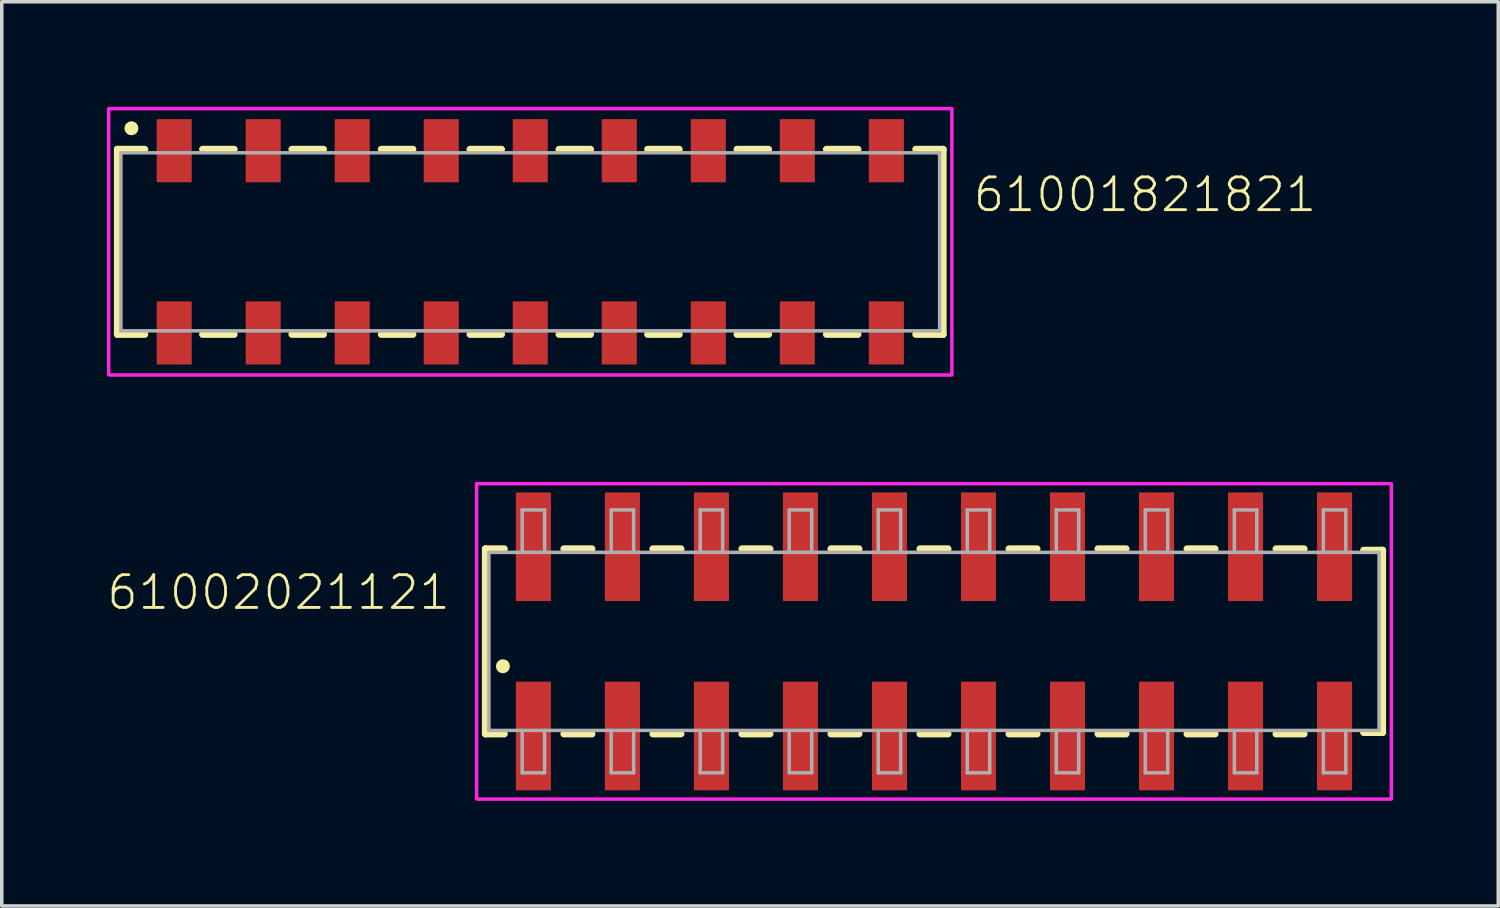
<source format=kicad_pcb>
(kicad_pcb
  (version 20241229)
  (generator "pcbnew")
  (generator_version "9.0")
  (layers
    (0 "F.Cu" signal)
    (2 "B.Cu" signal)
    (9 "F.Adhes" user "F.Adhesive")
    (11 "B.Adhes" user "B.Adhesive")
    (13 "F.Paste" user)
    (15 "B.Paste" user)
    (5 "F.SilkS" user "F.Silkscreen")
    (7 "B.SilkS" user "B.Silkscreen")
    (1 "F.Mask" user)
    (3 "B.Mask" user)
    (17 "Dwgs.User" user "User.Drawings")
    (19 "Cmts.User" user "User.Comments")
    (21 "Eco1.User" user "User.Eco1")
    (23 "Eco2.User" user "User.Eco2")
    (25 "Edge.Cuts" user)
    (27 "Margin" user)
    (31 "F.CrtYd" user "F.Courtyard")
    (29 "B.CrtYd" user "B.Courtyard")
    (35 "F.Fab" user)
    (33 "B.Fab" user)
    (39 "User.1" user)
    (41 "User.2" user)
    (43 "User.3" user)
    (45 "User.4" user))
  (footprint "61001821821"
    (layer "F.Cu")
    (at 12.08 3.85)
    (property "Reference" "61001821821" (at 12.59 -0.8 0) (unlocked yes) (layer "F.SilkS") (effects (font (size 0.935 0.935) (thickness 0.081)) (justify left bottom)))
    (fp_line (start -11.78 -2.64) (end -11.78 2.64) (stroke (width 0.2) (type solid)) (layer "F.SilkS"))
    (fp_line (start -11 -2.64) (end -11.78 -2.64) (stroke (width 0.2) (type solid)) (layer "F.SilkS"))
    (fp_line (start -11 2.64) (end -11.78 2.64) (stroke (width 0.2) (type solid)) (layer "F.SilkS"))
    (fp_line (start -9.35 -2.64) (end -8.45 -2.64) (stroke (width 0.2) (type solid)) (layer "F.SilkS"))
    (fp_line (start -9.35 2.64) (end -8.45 2.64) (stroke (width 0.2) (type solid)) (layer "F.SilkS"))
    (fp_line (start -6.8 -2.64) (end -5.9 -2.64) (stroke (width 0.2) (type solid)) (layer "F.SilkS"))
    (fp_line (start -5.9 2.64) (end -6.8 2.64) (stroke (width 0.2) (type solid)) (layer "F.SilkS"))
    (fp_line (start -4.25 -2.64) (end -3.35 -2.64) (stroke (width 0.2) (type solid)) (layer "F.SilkS"))
    (fp_line (start -4.25 2.64) (end -3.35 2.64) (stroke (width 0.2) (type solid)) (layer "F.SilkS"))
    (fp_line (start -1.72 -2.64) (end -0.82 -2.64) (stroke (width 0.2) (type solid)) (layer "F.SilkS"))
    (fp_line (start -1.72 2.64) (end -0.82 2.64) (stroke (width 0.2) (type solid)) (layer "F.SilkS"))
    (fp_line (start 1.72 -2.64) (end 0.82 -2.64) (stroke (width 0.2) (type solid)) (layer "F.SilkS"))
    (fp_line (start 1.72 2.64) (end 0.82 2.64) (stroke (width 0.2) (type solid)) (layer "F.SilkS"))
    (fp_line (start 4.25 -2.64) (end 3.35 -2.64) (stroke (width 0.2) (type solid)) (layer "F.SilkS"))
    (fp_line (start 4.25 2.64) (end 3.35 2.64) (stroke (width 0.2) (type solid)) (layer "F.SilkS"))
    (fp_line (start 5.9 -2.64) (end 6.8 -2.64) (stroke (width 0.2) (type solid)) (layer "F.SilkS"))
    (fp_line (start 6.8 2.64) (end 5.9 2.64) (stroke (width 0.2) (type solid)) (layer "F.SilkS"))
    (fp_line (start 9.35 -2.64) (end 8.45 -2.64) (stroke (width 0.2) (type solid)) (layer "F.SilkS"))
    (fp_line (start 9.35 2.64) (end 8.45 2.64) (stroke (width 0.2) (type solid)) (layer "F.SilkS"))
    (fp_line (start 11 -2.64) (end 11.78 -2.64) (stroke (width 0.2) (type solid)) (layer "F.SilkS"))
    (fp_line (start 11 2.64) (end 11.78 2.64) (stroke (width 0.2) (type solid)) (layer "F.SilkS"))
    (fp_line (start 11.78 2.64) (end 11.78 -2.64) (stroke (width 0.2) (type solid)) (layer "F.SilkS"))
    (fp_circle (center -11.38 -3.24) (end -11.28 -3.24) (stroke (width 0.2) (type solid)) (fill no) (layer "F.SilkS"))
    (fp_poly (pts (xy 12.03 3.8) (xy -12.03 3.8) (xy -12.03 -3.8) (xy 12.03 -3.8)) (stroke (width 0.1) (type default)) (fill no) (layer "F.CrtYd"))
    (fp_line (start -11.68 -2.54) (end -11.68 2.54) (stroke (width 0.1) (type solid)) (layer "F.Fab"))
    (fp_line (start -11.68 2.54) (end 11.68 2.54) (stroke (width 0.1) (type solid)) (layer "F.Fab"))
    (fp_line (start 11.68 -2.54) (end -11.68 -2.54) (stroke (width 0.1) (type solid)) (layer "F.Fab"))
    (fp_line (start 11.68 2.54) (end 11.68 -2.54) (stroke (width 0.1) (type solid)) (layer "F.Fab"))
    (pad "1" smd rect (at -10.16 -2.6) (size 1 1.8) (layers "F.Cu" "F.Mask" "F.Paste"))
    (pad "2" smd rect (at -10.16 2.6) (size 1 1.8) (layers "F.Cu" "F.Mask" "F.Paste"))
    (pad "3" smd rect (at -7.62 -2.6) (size 1 1.8) (layers "F.Cu" "F.Mask" "F.Paste"))
    (pad "4" smd rect (at -7.62 2.6) (size 1 1.8) (layers "F.Cu" "F.Mask" "F.Paste"))
    (pad "5" smd rect (at -5.08 -2.6) (size 1 1.8) (layers "F.Cu" "F.Mask" "F.Paste"))
    (pad "6" smd rect (at -5.08 2.6) (size 1 1.8) (layers "F.Cu" "F.Mask" "F.Paste"))
    (pad "7" smd rect (at -2.54 -2.6) (size 1 1.8) (layers "F.Cu" "F.Mask" "F.Paste"))
    (pad "8" smd rect (at -2.54 2.6) (size 1 1.8) (layers "F.Cu" "F.Mask" "F.Paste"))
    (pad "9" smd rect (at 0 -2.6) (size 1 1.8) (layers "F.Cu" "F.Mask" "F.Paste"))
    (pad "10" smd rect (at 0 2.6) (size 1 1.8) (layers "F.Cu" "F.Mask" "F.Paste"))
    (pad "11" smd rect (at 2.54 -2.6) (size 1 1.8) (layers "F.Cu" "F.Mask" "F.Paste"))
    (pad "12" smd rect (at 2.54 2.6) (size 1 1.8) (layers "F.Cu" "F.Mask" "F.Paste"))
    (pad "13" smd rect (at 5.08 -2.6) (size 1 1.8) (layers "F.Cu" "F.Mask" "F.Paste"))
    (pad "14" smd rect (at 5.08 2.6) (size 1 1.8) (layers "F.Cu" "F.Mask" "F.Paste"))
    (pad "15" smd rect (at 7.62 -2.6) (size 1 1.8) (layers "F.Cu" "F.Mask" "F.Paste"))
    (pad "16" smd rect (at 7.62 2.6) (size 1 1.8) (layers "F.Cu" "F.Mask" "F.Paste"))
    (pad "17" smd rect (at 10.16 -2.6) (size 1 1.8) (layers "F.Cu" "F.Mask" "F.Paste"))
    (pad "18" smd rect (at 10.16 2.6) (size 1 1.8) (layers "F.Cu" "F.Mask" "F.Paste")))
  (footprint "61002021121"
    (layer "F.Cu")
    (at 23.599 15.25)
    (property "Reference" "61002021121" (at -13.75 -0.85 0) (unlocked yes) (layer "F.SilkS") (effects (font (size 0.935 0.935) (thickness 0.081)) (justify right bottom)))
    (fp_line (start -12.8 -2.64) (end -12.8 2.64) (stroke (width 0.2) (type solid)) (layer "F.SilkS"))
    (fp_line (start -12.8 2.64) (end -12.26 2.64) (stroke (width 0.2) (type solid)) (layer "F.SilkS"))
    (fp_line (start -12.26 -2.64) (end -12.8 -2.64) (stroke (width 0.2) (type solid)) (layer "F.SilkS"))
    (fp_line (start -10.56 2.64) (end -9.76 2.64) (stroke (width 0.2) (type solid)) (layer "F.SilkS"))
    (fp_line (start -9.76 -2.64) (end -10.56 -2.64) (stroke (width 0.2) (type solid)) (layer "F.SilkS"))
    (fp_line (start -8.02 2.64) (end -7.22 2.64) (stroke (width 0.2) (type solid)) (layer "F.SilkS"))
    (fp_line (start -7.22 -2.64) (end -8.02 -2.64) (stroke (width 0.2) (type solid)) (layer "F.SilkS"))
    (fp_line (start -5.48 2.64) (end -4.68 2.64) (stroke (width 0.2) (type solid)) (layer "F.SilkS"))
    (fp_line (start -4.68 -2.64) (end -5.48 -2.64) (stroke (width 0.2) (type solid)) (layer "F.SilkS"))
    (fp_line (start -2.94 2.64) (end -2.14 2.64) (stroke (width 0.2) (type solid)) (layer "F.SilkS"))
    (fp_line (start -2.14 -2.64) (end -2.94 -2.64) (stroke (width 0.2) (type solid)) (layer "F.SilkS"))
    (fp_line (start -0.4 2.64) (end 0.4 2.64) (stroke (width 0.2) (type solid)) (layer "F.SilkS"))
    (fp_line (start 0.4 -2.64) (end -0.4 -2.64) (stroke (width 0.2) (type solid)) (layer "F.SilkS"))
    (fp_line (start 2.14 2.64) (end 2.94 2.64) (stroke (width 0.2) (type solid)) (layer "F.SilkS"))
    (fp_line (start 2.94 -2.64) (end 2.14 -2.64) (stroke (width 0.2) (type solid)) (layer "F.SilkS"))
    (fp_line (start 4.68 2.64) (end 5.48 2.64) (stroke (width 0.2) (type solid)) (layer "F.SilkS"))
    (fp_line (start 5.48 -2.64) (end 4.68 -2.64) (stroke (width 0.2) (type solid)) (layer "F.SilkS"))
    (fp_line (start 7.22 2.64) (end 8.02 2.64) (stroke (width 0.2) (type solid)) (layer "F.SilkS"))
    (fp_line (start 8.02 -2.64) (end 7.22 -2.64) (stroke (width 0.2) (type solid)) (layer "F.SilkS"))
    (fp_line (start 9.76 2.64) (end 10.56 2.64) (stroke (width 0.2) (type solid)) (layer "F.SilkS"))
    (fp_line (start 10.56 -2.64) (end 9.76 -2.64) (stroke (width 0.2) (type solid)) (layer "F.SilkS"))
    (fp_line (start 12.26 -2.6) (end 12.8 -2.6) (stroke (width 0.2) (type solid)) (layer "F.SilkS"))
    (fp_line (start 12.8 -2.6) (end 12.8 2.6) (stroke (width 0.2) (type solid)) (layer "F.SilkS"))
    (fp_line (start 12.8 2.6) (end 12.26 2.6) (stroke (width 0.2) (type solid)) (layer "F.SilkS"))
    (fp_circle (center -12.3 0.71) (end -12.2 0.71) (stroke (width 0.2) (type solid)) (fill no) (layer "F.SilkS"))
    (fp_poly (pts (xy 13.05 4.5) (xy -13.05 4.5) (xy -13.05 -4.5) (xy 13.05 -4.5)) (stroke (width 0.1) (type default)) (fill no) (layer "F.CrtYd"))
    (fp_line (start -12.7 -2.54) (end -12.7 2.54) (stroke (width 0.1) (type solid)) (layer "F.Fab"))
    (fp_line (start -12.7 2.54) (end 12.7 2.54) (stroke (width 0.1) (type solid)) (layer "F.Fab"))
    (fp_line (start -11.75 -3.75) (end -11.11 -3.75) (stroke (width 0.1) (type solid)) (layer "F.Fab"))
    (fp_line (start -11.75 -2.54) (end -12.7 -2.54) (stroke (width 0.1) (type solid)) (layer "F.Fab"))
    (fp_line (start -11.75 -2.54) (end -11.75 -3.75) (stroke (width 0.1) (type solid)) (layer "F.Fab"))
    (fp_line (start -11.75 3.75) (end -11.75 2.54) (stroke (width 0.1) (type solid)) (layer "F.Fab"))
    (fp_line (start -11.11 -3.75) (end -11.11 -2.54) (stroke (width 0.1) (type solid)) (layer "F.Fab"))
    (fp_line (start -11.11 -2.54) (end -11.75 -2.54) (stroke (width 0.1) (type solid)) (layer "F.Fab"))
    (fp_line (start -11.11 2.54) (end -11.11 3.75) (stroke (width 0.1) (type solid)) (layer "F.Fab"))
    (fp_line (start -11.11 3.75) (end -11.75 3.75) (stroke (width 0.1) (type solid)) (layer "F.Fab"))
    (fp_line (start -9.21 -3.75) (end -8.57 -3.75) (stroke (width 0.1) (type solid)) (layer "F.Fab"))
    (fp_line (start -9.21 -2.54) (end -9.21 -3.75) (stroke (width 0.1) (type solid)) (layer "F.Fab"))
    (fp_line (start -9.21 3.75) (end -9.21 2.54) (stroke (width 0.1) (type solid)) (layer "F.Fab"))
    (fp_line (start -8.57 -3.75) (end -8.57 -2.54) (stroke (width 0.1) (type solid)) (layer "F.Fab"))
    (fp_line (start -8.57 2.54) (end -8.57 3.75) (stroke (width 0.1) (type solid)) (layer "F.Fab"))
    (fp_line (start -8.57 3.75) (end -9.21 3.75) (stroke (width 0.1) (type solid)) (layer "F.Fab"))
    (fp_line (start -6.67 -3.75) (end -6.03 -3.75) (stroke (width 0.1) (type solid)) (layer "F.Fab"))
    (fp_line (start -6.67 -2.54) (end -6.67 -3.75) (stroke (width 0.1) (type solid)) (layer "F.Fab"))
    (fp_line (start -6.67 3.75) (end -6.67 2.54) (stroke (width 0.1) (type solid)) (layer "F.Fab"))
    (fp_line (start -6.03 -3.75) (end -6.03 -2.54) (stroke (width 0.1) (type solid)) (layer "F.Fab"))
    (fp_line (start -6.03 2.54) (end -6.03 3.75) (stroke (width 0.1) (type solid)) (layer "F.Fab"))
    (fp_line (start -6.03 3.75) (end -6.67 3.75) (stroke (width 0.1) (type solid)) (layer "F.Fab"))
    (fp_line (start -4.13 -3.75) (end -3.49 -3.75) (stroke (width 0.1) (type solid)) (layer "F.Fab"))
    (fp_line (start -4.13 -2.54) (end -4.13 -3.75) (stroke (width 0.1) (type solid)) (layer "F.Fab"))
    (fp_line (start -4.13 3.75) (end -4.13 2.54) (stroke (width 0.1) (type solid)) (layer "F.Fab"))
    (fp_line (start -3.49 -3.75) (end -3.49 -2.54) (stroke (width 0.1) (type solid)) (layer "F.Fab"))
    (fp_line (start -3.49 2.54) (end -3.49 3.75) (stroke (width 0.1) (type solid)) (layer "F.Fab"))
    (fp_line (start -3.49 3.75) (end -4.13 3.75) (stroke (width 0.1) (type solid)) (layer "F.Fab"))
    (fp_line (start -1.59 -3.75) (end -0.95 -3.75) (stroke (width 0.1) (type solid)) (layer "F.Fab"))
    (fp_line (start -1.59 -2.54) (end -1.59 -3.75) (stroke (width 0.1) (type solid)) (layer "F.Fab"))
    (fp_line (start -1.59 3.75) (end -1.59 2.54) (stroke (width 0.1) (type solid)) (layer "F.Fab"))
    (fp_line (start -0.95 -3.75) (end -0.95 -2.54) (stroke (width 0.1) (type solid)) (layer "F.Fab"))
    (fp_line (start -0.95 2.54) (end -0.95 3.75) (stroke (width 0.1) (type solid)) (layer "F.Fab"))
    (fp_line (start -0.95 3.75) (end -1.59 3.75) (stroke (width 0.1) (type solid)) (layer "F.Fab"))
    (fp_line (start 0.95 -3.75) (end 1.59 -3.75) (stroke (width 0.1) (type solid)) (layer "F.Fab"))
    (fp_line (start 0.95 -2.54) (end 0.95 -3.75) (stroke (width 0.1) (type solid)) (layer "F.Fab"))
    (fp_line (start 0.95 3.75) (end 0.95 2.54) (stroke (width 0.1) (type solid)) (layer "F.Fab"))
    (fp_line (start 1.59 -3.75) (end 1.59 -2.54) (stroke (width 0.1) (type solid)) (layer "F.Fab"))
    (fp_line (start 1.59 2.54) (end 1.59 3.75) (stroke (width 0.1) (type solid)) (layer "F.Fab"))
    (fp_line (start 1.59 3.75) (end 0.95 3.75) (stroke (width 0.1) (type solid)) (layer "F.Fab"))
    (fp_line (start 3.49 -3.75) (end 4.13 -3.75) (stroke (width 0.1) (type solid)) (layer "F.Fab"))
    (fp_line (start 3.49 -2.54) (end 3.49 -3.75) (stroke (width 0.1) (type solid)) (layer "F.Fab"))
    (fp_line (start 3.49 3.75) (end 3.49 2.54) (stroke (width 0.1) (type solid)) (layer "F.Fab"))
    (fp_line (start 4.13 -3.75) (end 4.13 -2.54) (stroke (width 0.1) (type solid)) (layer "F.Fab"))
    (fp_line (start 4.13 2.54) (end 4.13 3.75) (stroke (width 0.1) (type solid)) (layer "F.Fab"))
    (fp_line (start 4.13 3.75) (end 3.49 3.75) (stroke (width 0.1) (type solid)) (layer "F.Fab"))
    (fp_line (start 6.03 -3.75) (end 6.67 -3.75) (stroke (width 0.1) (type solid)) (layer "F.Fab"))
    (fp_line (start 6.03 -2.54) (end 6.03 -3.75) (stroke (width 0.1) (type solid)) (layer "F.Fab"))
    (fp_line (start 6.03 3.75) (end 6.03 2.54) (stroke (width 0.1) (type solid)) (layer "F.Fab"))
    (fp_line (start 6.67 -3.75) (end 6.67 -2.54) (stroke (width 0.1) (type solid)) (layer "F.Fab"))
    (fp_line (start 6.67 2.54) (end 6.67 3.75) (stroke (width 0.1) (type solid)) (layer "F.Fab"))
    (fp_line (start 6.67 3.75) (end 6.03 3.75) (stroke (width 0.1) (type solid)) (layer "F.Fab"))
    (fp_line (start 8.57 -3.75) (end 9.21 -3.75) (stroke (width 0.1) (type solid)) (layer "F.Fab"))
    (fp_line (start 8.57 -2.54) (end 8.57 -3.75) (stroke (width 0.1) (type solid)) (layer "F.Fab"))
    (fp_line (start 8.57 3.75) (end 8.57 2.54) (stroke (width 0.1) (type solid)) (layer "F.Fab"))
    (fp_line (start 9.21 -3.75) (end 9.21 -2.54) (stroke (width 0.1) (type solid)) (layer "F.Fab"))
    (fp_line (start 9.21 2.54) (end 9.21 3.75) (stroke (width 0.1) (type solid)) (layer "F.Fab"))
    (fp_line (start 9.21 3.75) (end 8.57 3.75) (stroke (width 0.1) (type solid)) (layer "F.Fab"))
    (fp_line (start 11.11 -3.75) (end 11.75 -3.75) (stroke (width 0.1) (type solid)) (layer "F.Fab"))
    (fp_line (start 11.11 -2.54) (end 11.11 -3.75) (stroke (width 0.1) (type solid)) (layer "F.Fab"))
    (fp_line (start 11.11 3.75) (end 11.11 2.54) (stroke (width 0.1) (type solid)) (layer "F.Fab"))
    (fp_line (start 11.75 -3.75) (end 11.75 -2.54) (stroke (width 0.1) (type solid)) (layer "F.Fab"))
    (fp_line (start 11.75 2.54) (end 11.75 3.75) (stroke (width 0.1) (type solid)) (layer "F.Fab"))
    (fp_line (start 11.75 3.75) (end 11.11 3.75) (stroke (width 0.1) (type solid)) (layer "F.Fab"))
    (fp_line (start 12.7 -2.54) (end -11.11 -2.54) (stroke (width 0.1) (type solid)) (layer "F.Fab"))
    (fp_line (start 12.7 2.54) (end 12.7 -2.54) (stroke (width 0.1) (type solid)) (layer "F.Fab"))
    (pad "1" smd rect (at -11.43 2.7 90) (size 3.1 1) (layers "F.Cu" "F.Mask" "F.Paste"))
    (pad "2" smd rect (at -11.43 -2.7 90) (size 3.1 1) (layers "F.Cu" "F.Mask" "F.Paste"))
    (pad "3" smd rect (at -8.89 2.7 90) (size 3.1 1) (layers "F.Cu" "F.Mask" "F.Paste"))
    (pad "4" smd rect (at -8.89 -2.7 90) (size 3.1 1) (layers "F.Cu" "F.Mask" "F.Paste"))
    (pad "5" smd rect (at -6.35 2.7 90) (size 3.1 1) (layers "F.Cu" "F.Mask" "F.Paste"))
    (pad "6" smd rect (at -6.35 -2.7 90) (size 3.1 1) (layers "F.Cu" "F.Mask" "F.Paste"))
    (pad "7" smd rect (at -3.81 2.7 90) (size 3.1 1) (layers "F.Cu" "F.Mask" "F.Paste"))
    (pad "8" smd rect (at -3.81 -2.7 90) (size 3.1 1) (layers "F.Cu" "F.Mask" "F.Paste"))
    (pad "9" smd rect (at -1.27 2.7 90) (size 3.1 1) (layers "F.Cu" "F.Mask" "F.Paste"))
    (pad "10" smd rect (at -1.27 -2.7 90) (size 3.1 1) (layers "F.Cu" "F.Mask" "F.Paste"))
    (pad "11" smd rect (at 1.27 2.7 90) (size 3.1 1) (layers "F.Cu" "F.Mask" "F.Paste"))
    (pad "12" smd rect (at 1.27 -2.7 90) (size 3.1 1) (layers "F.Cu" "F.Mask" "F.Paste"))
    (pad "13" smd rect (at 3.81 2.7 90) (size 3.1 1) (layers "F.Cu" "F.Mask" "F.Paste"))
    (pad "14" smd rect (at 3.81 -2.7 90) (size 3.1 1) (layers "F.Cu" "F.Mask" "F.Paste"))
    (pad "15" smd rect (at 6.35 2.7 90) (size 3.1 1) (layers "F.Cu" "F.Mask" "F.Paste"))
    (pad "16" smd rect (at 6.35 -2.7 90) (size 3.1 1) (layers "F.Cu" "F.Mask" "F.Paste"))
    (pad "17" smd rect (at 8.89 2.7 90) (size 3.1 1) (layers "F.Cu" "F.Mask" "F.Paste"))
    (pad "18" smd rect (at 8.89 -2.7 90) (size 3.1 1) (layers "F.Cu" "F.Mask" "F.Paste"))
    (pad "19" smd rect (at 11.43 2.7 90) (size 3.1 1) (layers "F.Cu" "F.Mask" "F.Paste"))
    (pad "20" smd rect (at 11.43 -2.7 90) (size 3.1 1) (layers "F.Cu" "F.Mask" "F.Paste")))
  (gr_rect
    (start -3 -3)
    (end 39.699 22.8)
    (stroke (width 0.1) (type default))
    (fill no)
    (layer "Edge.Cuts")))
</source>
